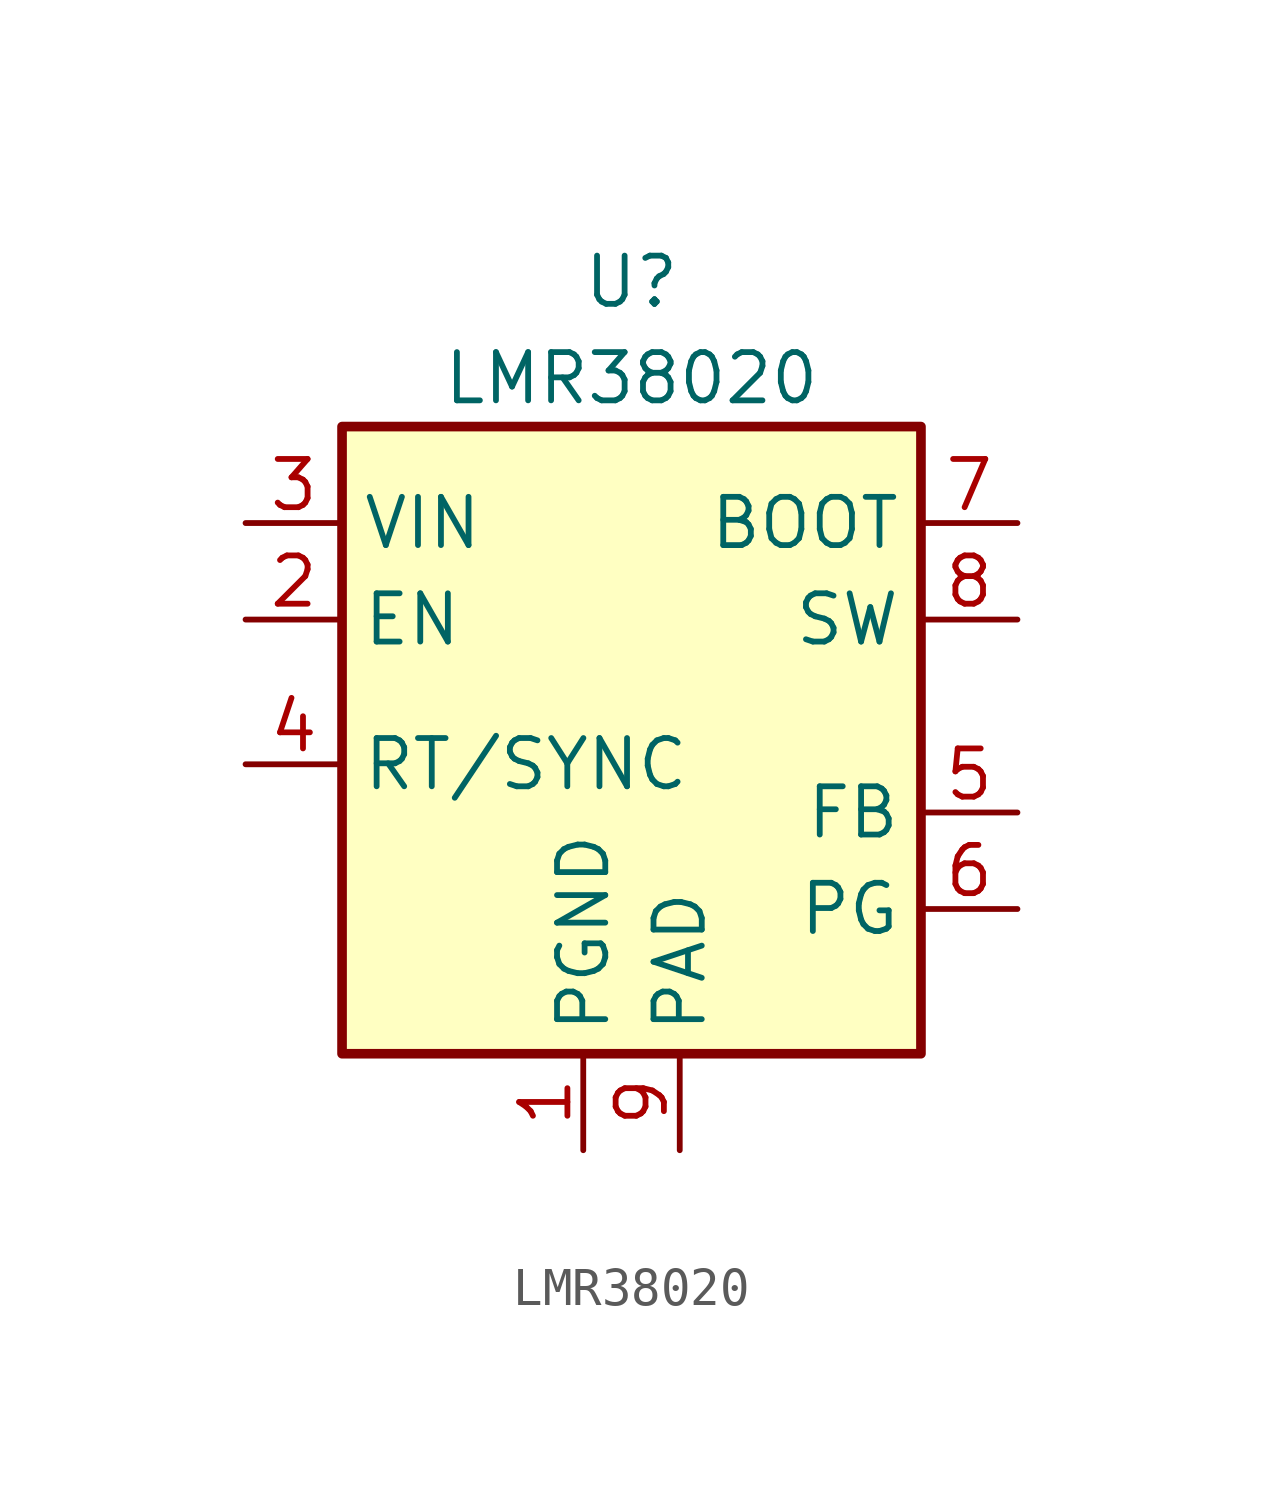
<source format=kicad_sym>
(kicad_symbol_lib
  (version 20220914)
  (generator kicad_symbol_editor)
  (symbol "LMR38020"
    (property "Reference" "U"
      (at 0 11.43 0)
      (effects (font (size 1.27 1.27))))
    (property "Value" "LMR38020"
      (at 0 8.89 0)
      (effects (font (size 1.27 1.27))))
    (symbol "LMR38020_0_1"
      (rectangle (start -7.62 7.62) (end 7.62 -8.89) (stroke (width 0.254) (type default)) (fill (type background))))
    (symbol "LMR38020_1_1"
      (pin power_in line (at -1.27 -11.43 90) (length 2.54) (name "PGND" (effects (font (size 1.27 1.27)))) (number "1" (effects (font (size 1.27 1.27)))))
      (pin input line (at -10.16 2.54 0) (length 2.54) (name "EN" (effects (font (size 1.27 1.27)))) (number "2" (effects (font (size 1.27 1.27)))))
      (pin power_in line (at -10.16 5.08 0) (length 2.54) (name "VIN" (effects (font (size 1.27 1.27)))) (number "3" (effects (font (size 1.27 1.27)))))
      (pin input line (at -10.16 -1.27 0) (length 2.54) (name "RT/SYNC" (effects (font (size 1.27 1.27)))) (number "4" (effects (font (size 1.27 1.27)))))
      (pin input line (at 10.16 -2.54 180) (length 2.54) (name "FB" (effects (font (size 1.27 1.27)))) (number "5" (effects (font (size 1.27 1.27)))))
      (pin open_collector line (at 10.16 -5.08 180) (length 2.54) (name "PG" (effects (font (size 1.27 1.27)))) (number "6" (effects (font (size 1.27 1.27)))))
      (pin input line (at 10.16 5.08 180) (length 2.54) (name "BOOT" (effects (font (size 1.27 1.27)))) (number "7" (effects (font (size 1.27 1.27)))))
      (pin output line (at 10.16 2.54 180) (length 2.54) (name "SW" (effects (font (size 1.27 1.27)))) (number "8" (effects (font (size 1.27 1.27)))))
      (pin power_in line (at 1.27 -11.43 90) (length 2.54) (name "PAD" (effects (font (size 1.27 1.27)))) (number "9" (effects (font (size 1.27 1.27))))))))
</source>
